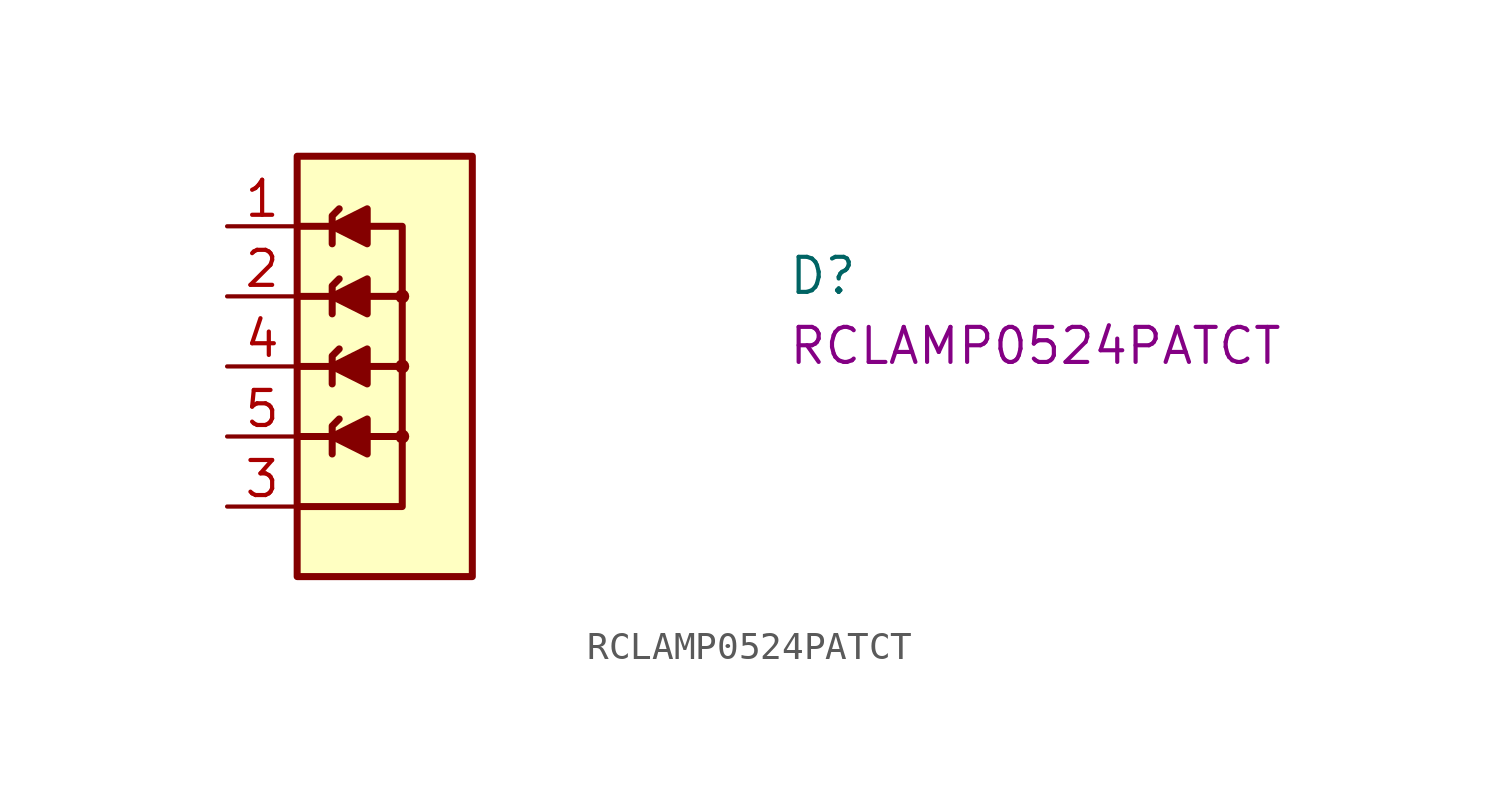
<source format=kicad_sym>
(kicad_symbol_lib
  (version 20220914)
  (generator kicad_symbol_editor)
  (symbol "RCLAMP0524PATCT"
    (pin_names hide)
    (property "Reference" "D"
      (at 20.32 -2.54 0)
      (effects (font (size 1.27 1.27) (thickness 0.15)) (justify left bottom)))
    (property "MPN" "RCLAMP0524PATCT"
      (at 20.32 -5.08 0)
      (effects (font (size 1.27 1.27) (thickness 0.15)) (justify left bottom)))
    (symbol "RCLAMP0524PATCT_0_1"
      (polyline (pts (xy 3.81 -7.62) (xy 2.54 -7.62)) (stroke (width 0.254) (type default)) (fill (type none)))
      (polyline (pts (xy 3.81 -5.08) (xy 2.54 -5.08)) (stroke (width 0.254) (type default)) (fill (type none)))
      (polyline (pts (xy 3.81 -2.54) (xy 2.54 -2.54)) (stroke (width 0.254) (type default)) (fill (type none)))
      (polyline (pts (xy 3.81 0) (xy 2.54 0)) (stroke (width 0.254) (type default)) (fill (type none)))
      (polyline (pts (xy 5.08 -7.62) (xy 6.35 -7.62)) (stroke (width 0.254) (type default)) (fill (type none)))
      (polyline (pts (xy 5.08 -5.08) (xy 6.35 -5.08)) (stroke (width 0.254) (type default)) (fill (type none)))
      (polyline (pts (xy 5.08 -2.54) (xy 6.35 -2.54)) (stroke (width 0.254) (type default)) (fill (type none)))
      (polyline (pts (xy 2.54 -10.16) (xy 6.35 -10.16) (xy 6.35 0) (xy 5.08 0)) (stroke (width 0.254) (type default)) (fill (type none))))
    (symbol "RCLAMP0524PATCT_1_1"
      (polyline (pts (xy 3.81 -8.255) (xy 3.81 -8.001) (xy 3.81 -7.239) (xy 4.064 -6.985)) (stroke (width 0.254) (type default)) (fill (type background)))
      (polyline (pts (xy 3.81 -5.715) (xy 3.81 -5.461) (xy 3.81 -4.699) (xy 4.064 -4.445)) (stroke (width 0.254) (type default)) (fill (type background)))
      (polyline (pts (xy 3.81 -3.175) (xy 3.81 -2.921) (xy 3.81 -2.159) (xy 4.064 -1.905)) (stroke (width 0.254) (type default)) (fill (type background)))
      (polyline (pts (xy 3.81 -0.635) (xy 3.81 -0.381) (xy 3.81 0.381) (xy 4.064 0.635)) (stroke (width 0.254) (type default)) (fill (type background)))
      (polyline (pts (xy 5.08 -8.255) (xy 5.08 -6.985) (xy 3.81 -7.62) (xy 5.08 -8.255)) (stroke (width 0.254) (type default)) (fill (type outline)))
      (polyline (pts (xy 5.08 -5.715) (xy 5.08 -4.445) (xy 3.81 -5.08) (xy 5.08 -5.715)) (stroke (width 0.254) (type default)) (fill (type outline)))
      (polyline (pts (xy 5.08 -3.175) (xy 5.08 -1.905) (xy 3.81 -2.54) (xy 5.08 -3.175)) (stroke (width 0.254) (type default)) (fill (type outline)))
      (polyline (pts (xy 5.08 -0.635) (xy 5.08 0.635) (xy 3.81 0) (xy 5.08 -0.635)) (stroke (width 0.254) (type default)) (fill (type outline)))
      (rectangle (start 2.54 2.54) (end 8.89 -12.7) (stroke (width 0.254) (type default)) (fill (type background)))
      (circle (center 6.35 -7.62) (radius 0.127) (stroke (width 0.254) (type default)) (fill (type background)))
      (circle (center 6.35 -5.08) (radius 0.127) (stroke (width 0.254) (type default)) (fill (type background)))
      (circle (center 6.35 -2.54) (radius 0.127) (stroke (width 0.254) (type default)) (fill (type background)))
      (pin passive line (at 0 0 0) (length 2.54) (name "1" (effects (font (size 1.27 1.27)))) (number "1" (effects (font (size 1.27 1.27)))))
      (pin passive line (at 0 0 0) (length 2.54) hide (name "10" (effects (font (size 1.27 1.27)))) (number "10" (effects (font (size 1.27 1.27)))))
      (pin passive line (at 0 -2.54 0) (length 2.54) (name "2" (effects (font (size 1.27 1.27)))) (number "2" (effects (font (size 1.27 1.27)))))
      (pin power_in line (at 0 -10.16 0) (length 2.54) (name "GND" (effects (font (size 1.27 1.27)))) (number "3" (effects (font (size 1.27 1.27)))))
      (pin passive line (at 0 -5.08 0) (length 2.54) (name "4" (effects (font (size 1.27 1.27)))) (number "4" (effects (font (size 1.27 1.27)))))
      (pin passive line (at 0 -7.62 0) (length 2.54) (name "5" (effects (font (size 1.27 1.27)))) (number "5" (effects (font (size 1.27 1.27)))))
      (pin passive line (at 0 -7.62 0) (length 2.54) hide (name "6" (effects (font (size 1.27 1.27)))) (number "6" (effects (font (size 1.27 1.27)))))
      (pin passive line (at 0 -5.08 0) (length 2.54) hide (name "7" (effects (font (size 1.27 1.27)))) (number "7" (effects (font (size 1.27 1.27)))))
      (pin power_in line (at 0 -10.16 0) (length 2.54) hide (name "GND" (effects (font (size 1.27 1.27)))) (number "8" (effects (font (size 1.27 1.27)))))
      (pin passive line (at 0 -2.54 0) (length 2.54) hide (name "9" (effects (font (size 1.27 1.27)))) (number "9" (effects (font (size 1.27 1.27))))))))
</source>
